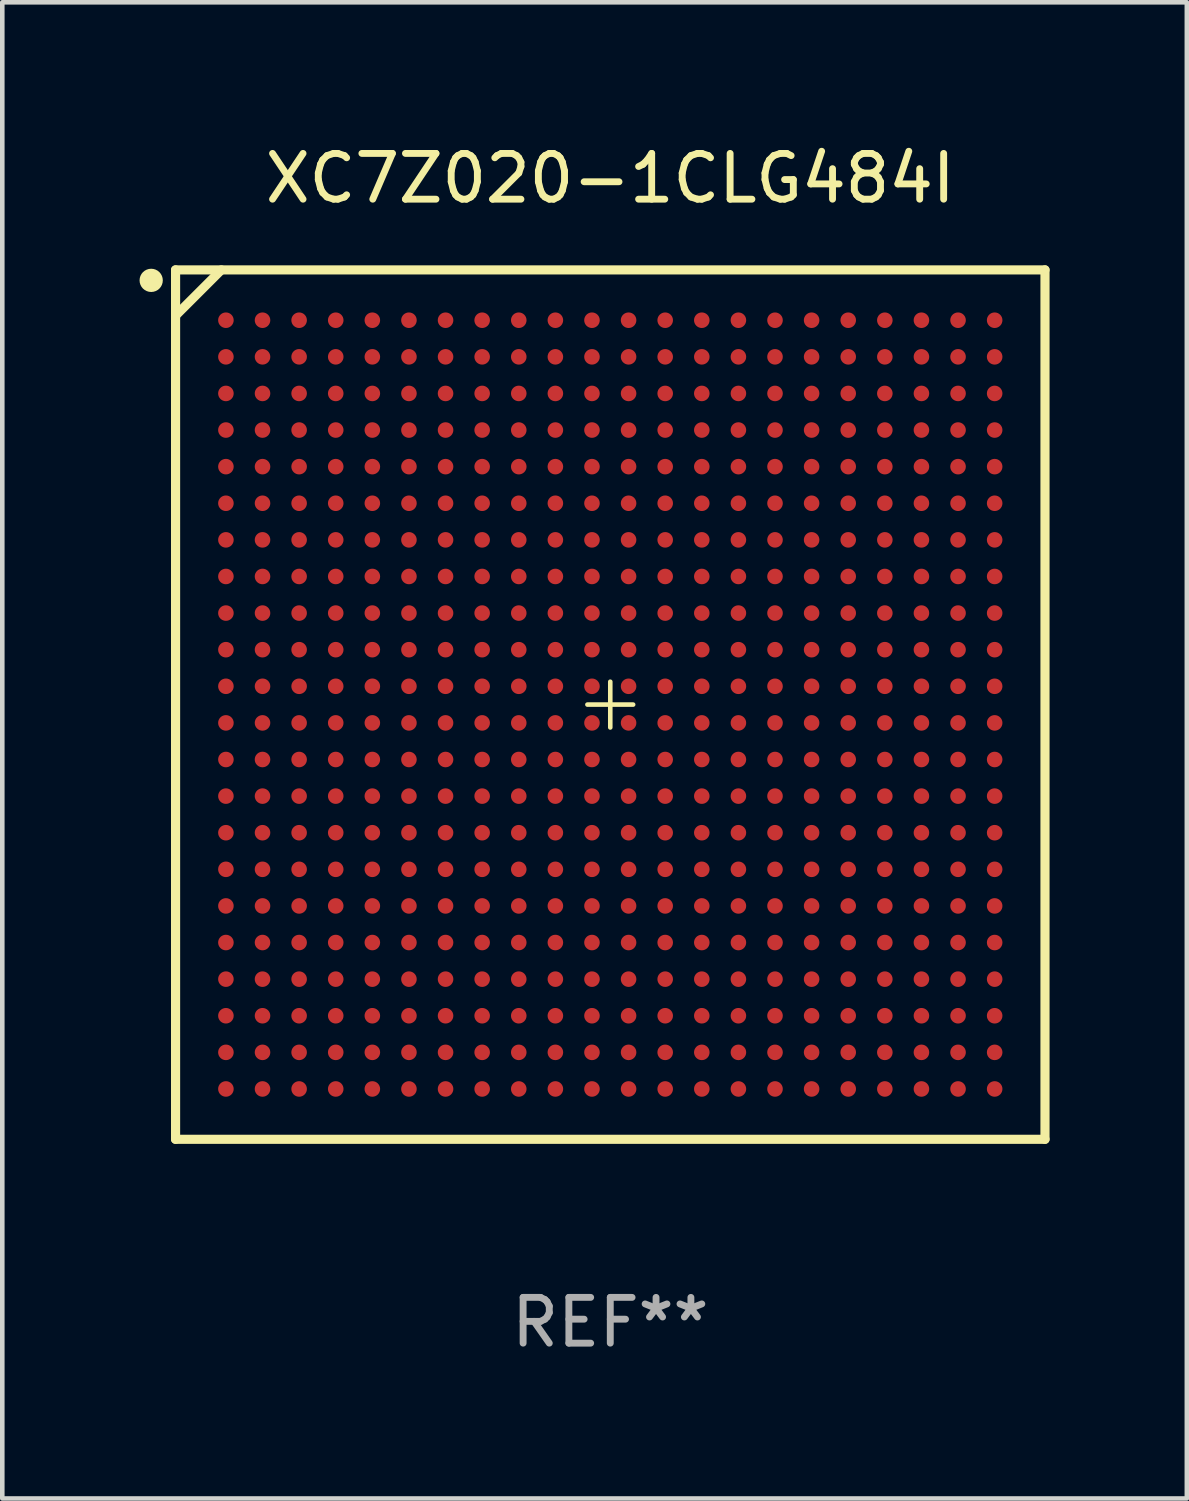
<source format=kicad_pcb>
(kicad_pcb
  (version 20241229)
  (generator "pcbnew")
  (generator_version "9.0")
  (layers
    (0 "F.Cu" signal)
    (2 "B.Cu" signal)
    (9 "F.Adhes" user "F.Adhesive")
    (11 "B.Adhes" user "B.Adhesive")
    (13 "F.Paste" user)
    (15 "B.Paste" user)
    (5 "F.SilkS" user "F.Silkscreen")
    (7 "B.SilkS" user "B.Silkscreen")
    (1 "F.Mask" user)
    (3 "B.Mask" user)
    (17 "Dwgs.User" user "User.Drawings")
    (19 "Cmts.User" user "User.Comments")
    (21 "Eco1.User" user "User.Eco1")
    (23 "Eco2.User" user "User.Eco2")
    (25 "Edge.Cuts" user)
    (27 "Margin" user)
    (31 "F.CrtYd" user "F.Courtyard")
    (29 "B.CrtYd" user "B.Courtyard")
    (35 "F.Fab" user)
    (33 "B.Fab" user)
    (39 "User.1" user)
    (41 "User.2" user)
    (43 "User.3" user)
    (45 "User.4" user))
  (footprint "XC7Z020-1CLG484I"
    (layer "F.Cu")
    (at 10.287 12.348)
    (property "Reference" "XC7Z020-1CLG484I" (at 0 -11.5 0) (layer "F.SilkS") (effects (font (size 1 1) (thickness 0.15))))
    (attr through_hole)
    (fp_line (start -9.5 -9.5) (end -9.5 9.5) (stroke (width 0.1) (type solid)) (layer "F.SilkS"))
    (fp_line (start -9.5 -9.5) (end -9.5 9.5) (stroke (width 0.2) (type solid)) (layer "F.SilkS"))
    (fp_line (start -9.5 -8.5) (end -8.5 -9.5) (stroke (width 0.2) (type solid)) (layer "F.SilkS"))
    (fp_line (start -9.5 9.5) (end 9.5 9.5) (stroke (width 0.1) (type solid)) (layer "F.SilkS"))
    (fp_line (start -9.5 9.5) (end 9.5 9.5) (stroke (width 0.2) (type solid)) (layer "F.SilkS"))
    (fp_line (start -0.5 -0.000127) (end 0.5 -0.000127) (stroke (width 0.1) (type solid)) (layer "F.SilkS"))
    (fp_line (start -0.000127 0.5) (end -0.000127 -0.5) (stroke (width 0.1) (type solid)) (layer "F.SilkS"))
    (fp_line (start 9.5 -9.5) (end -9.5 -9.5) (stroke (width 0.1) (type solid)) (layer "F.SilkS"))
    (fp_line (start 9.5 -9.5) (end -9.5 -9.5) (stroke (width 0.2) (type solid)) (layer "F.SilkS"))
    (fp_line (start 9.5 9.5) (end 9.5 -9.5) (stroke (width 0.1) (type solid)) (layer "F.SilkS"))
    (fp_line (start 9.5 9.5) (end 9.5 -9.5) (stroke (width 0.2) (type solid)) (layer "F.SilkS"))
    (fp_circle (center -10.033 -9.271) (end -9.906 -9.271) (stroke (width 0.254) (type solid)) (fill no) (layer "F.SilkS"))
    (fp_circle (center -9.5 -9.5) (end -9.47 -9.5) (stroke (width 0.06) (type solid)) (fill no) (layer "F.SilkS"))
    (fp_text user "REF**" (at 0 13.5 0) (layer "F.Fab") (effects (font (size 1 1) (thickness 0.15))))
    (pad "A1" smd circle (at -8.4 -8.4) (size 0.34 0.34) (layers "F.Cu" "F.Mask" "F.Paste"))
    (pad "A2" smd circle (at -7.6 -8.4) (size 0.34 0.34) (layers "F.Cu" "F.Mask" "F.Paste"))
    (pad "A3" smd circle (at -6.8 -8.4) (size 0.34 0.34) (layers "F.Cu" "F.Mask" "F.Paste"))
    (pad "A4" smd circle (at -6 -8.4) (size 0.34 0.34) (layers "F.Cu" "F.Mask" "F.Paste"))
    (pad "A5" smd circle (at -5.2 -8.4) (size 0.34 0.34) (layers "F.Cu" "F.Mask" "F.Paste"))
    (pad "A6" smd circle (at -4.4 -8.4) (size 0.34 0.34) (layers "F.Cu" "F.Mask" "F.Paste"))
    (pad "A7" smd circle (at -3.6 -8.4) (size 0.34 0.34) (layers "F.Cu" "F.Mask" "F.Paste"))
    (pad "A8" smd circle (at -2.8 -8.4) (size 0.34 0.34) (layers "F.Cu" "F.Mask" "F.Paste"))
    (pad "A9" smd circle (at -2 -8.4) (size 0.34 0.34) (layers "F.Cu" "F.Mask" "F.Paste"))
    (pad "A10" smd circle (at -1.2 -8.4) (size 0.34 0.34) (layers "F.Cu" "F.Mask" "F.Paste"))
    (pad "A11" smd circle (at -0.4 -8.4) (size 0.34 0.34) (layers "F.Cu" "F.Mask" "F.Paste"))
    (pad "A12" smd circle (at 0.4 -8.4) (size 0.34 0.34) (layers "F.Cu" "F.Mask" "F.Paste"))
    (pad "A13" smd circle (at 1.2 -8.4) (size 0.34 0.34) (layers "F.Cu" "F.Mask" "F.Paste"))
    (pad "A14" smd circle (at 2 -8.4) (size 0.34 0.34) (layers "F.Cu" "F.Mask" "F.Paste"))
    (pad "A15" smd circle (at 2.8 -8.4) (size 0.34 0.34) (layers "F.Cu" "F.Mask" "F.Paste"))
    (pad "A16" smd circle (at 3.6 -8.4) (size 0.34 0.34) (layers "F.Cu" "F.Mask" "F.Paste"))
    (pad "A17" smd circle (at 4.4 -8.4) (size 0.34 0.34) (layers "F.Cu" "F.Mask" "F.Paste"))
    (pad "A18" smd circle (at 5.2 -8.4) (size 0.34 0.34) (layers "F.Cu" "F.Mask" "F.Paste"))
    (pad "A19" smd circle (at 6 -8.4) (size 0.34 0.34) (layers "F.Cu" "F.Mask" "F.Paste"))
    (pad "A20" smd circle (at 6.8 -8.4) (size 0.34 0.34) (layers "F.Cu" "F.Mask" "F.Paste"))
    (pad "A21" smd circle (at 7.6 -8.4) (size 0.34 0.34) (layers "F.Cu" "F.Mask" "F.Paste"))
    (pad "A22" smd circle (at 8.4 -8.4) (size 0.34 0.34) (layers "F.Cu" "F.Mask" "F.Paste"))
    (pad "AA1" smd circle (at -8.4 7.6) (size 0.34 0.34) (layers "F.Cu" "F.Mask" "F.Paste"))
    (pad "AA2" smd circle (at -7.6 7.6) (size 0.34 0.34) (layers "F.Cu" "F.Mask" "F.Paste"))
    (pad "AA3" smd circle (at -6.8 7.6) (size 0.34 0.34) (layers "F.Cu" "F.Mask" "F.Paste"))
    (pad "AA4" smd circle (at -6 7.6) (size 0.34 0.34) (layers "F.Cu" "F.Mask" "F.Paste"))
    (pad "AA5" smd circle (at -5.2 7.6) (size 0.34 0.34) (layers "F.Cu" "F.Mask" "F.Paste"))
    (pad "AA6" smd circle (at -4.4 7.6) (size 0.34 0.34) (layers "F.Cu" "F.Mask" "F.Paste"))
    (pad "AA7" smd circle (at -3.6 7.6) (size 0.34 0.34) (layers "F.Cu" "F.Mask" "F.Paste"))
    (pad "AA8" smd circle (at -2.8 7.6) (size 0.34 0.34) (layers "F.Cu" "F.Mask" "F.Paste"))
    (pad "AA9" smd circle (at -2 7.6) (size 0.34 0.34) (layers "F.Cu" "F.Mask" "F.Paste"))
    (pad "AA10" smd circle (at -1.2 7.6) (size 0.34 0.34) (layers "F.Cu" "F.Mask" "F.Paste"))
    (pad "AA11" smd circle (at -0.4 7.6) (size 0.34 0.34) (layers "F.Cu" "F.Mask" "F.Paste"))
    (pad "AA12" smd circle (at 0.4 7.6) (size 0.34 0.34) (layers "F.Cu" "F.Mask" "F.Paste"))
    (pad "AA13" smd circle (at 1.2 7.6) (size 0.34 0.34) (layers "F.Cu" "F.Mask" "F.Paste"))
    (pad "AA14" smd circle (at 2 7.6) (size 0.34 0.34) (layers "F.Cu" "F.Mask" "F.Paste"))
    (pad "AA15" smd circle (at 2.8 7.6) (size 0.34 0.34) (layers "F.Cu" "F.Mask" "F.Paste"))
    (pad "AA16" smd circle (at 3.6 7.6) (size 0.34 0.34) (layers "F.Cu" "F.Mask" "F.Paste"))
    (pad "AA17" smd circle (at 4.4 7.6) (size 0.34 0.34) (layers "F.Cu" "F.Mask" "F.Paste"))
    (pad "AA18" smd circle (at 5.2 7.6) (size 0.34 0.34) (layers "F.Cu" "F.Mask" "F.Paste"))
    (pad "AA19" smd circle (at 6 7.6) (size 0.34 0.34) (layers "F.Cu" "F.Mask" "F.Paste"))
    (pad "AA20" smd circle (at 6.8 7.6) (size 0.34 0.34) (layers "F.Cu" "F.Mask" "F.Paste"))
    (pad "AA21" smd circle (at 7.6 7.6) (size 0.34 0.34) (layers "F.Cu" "F.Mask" "F.Paste"))
    (pad "AA22" smd circle (at 8.4 7.6) (size 0.34 0.34) (layers "F.Cu" "F.Mask" "F.Paste"))
    (pad "AB1" smd circle (at -8.4 8.4) (size 0.34 0.34) (layers "F.Cu" "F.Mask" "F.Paste"))
    (pad "AB2" smd circle (at -7.6 8.4) (size 0.34 0.34) (layers "F.Cu" "F.Mask" "F.Paste"))
    (pad "AB3" smd circle (at -6.8 8.4) (size 0.34 0.34) (layers "F.Cu" "F.Mask" "F.Paste"))
    (pad "AB4" smd circle (at -6 8.4) (size 0.34 0.34) (layers "F.Cu" "F.Mask" "F.Paste"))
    (pad "AB5" smd circle (at -5.2 8.4) (size 0.34 0.34) (layers "F.Cu" "F.Mask" "F.Paste"))
    (pad "AB6" smd circle (at -4.4 8.4) (size 0.34 0.34) (layers "F.Cu" "F.Mask" "F.Paste"))
    (pad "AB7" smd circle (at -3.6 8.4) (size 0.34 0.34) (layers "F.Cu" "F.Mask" "F.Paste"))
    (pad "AB8" smd circle (at -2.8 8.4) (size 0.34 0.34) (layers "F.Cu" "F.Mask" "F.Paste"))
    (pad "AB9" smd circle (at -2 8.4) (size 0.34 0.34) (layers "F.Cu" "F.Mask" "F.Paste"))
    (pad "AB10" smd circle (at -1.2 8.4) (size 0.34 0.34) (layers "F.Cu" "F.Mask" "F.Paste"))
    (pad "AB11" smd circle (at -0.4 8.4) (size 0.34 0.34) (layers "F.Cu" "F.Mask" "F.Paste"))
    (pad "AB12" smd circle (at 0.4 8.4) (size 0.34 0.34) (layers "F.Cu" "F.Mask" "F.Paste"))
    (pad "AB13" smd circle (at 1.2 8.4) (size 0.34 0.34) (layers "F.Cu" "F.Mask" "F.Paste"))
    (pad "AB14" smd circle (at 2 8.4) (size 0.34 0.34) (layers "F.Cu" "F.Mask" "F.Paste"))
    (pad "AB15" smd circle (at 2.8 8.4) (size 0.34 0.34) (layers "F.Cu" "F.Mask" "F.Paste"))
    (pad "AB16" smd circle (at 3.6 8.4) (size 0.34 0.34) (layers "F.Cu" "F.Mask" "F.Paste"))
    (pad "AB17" smd circle (at 4.4 8.4) (size 0.34 0.34) (layers "F.Cu" "F.Mask" "F.Paste"))
    (pad "AB18" smd circle (at 5.2 8.4) (size 0.34 0.34) (layers "F.Cu" "F.Mask" "F.Paste"))
    (pad "AB19" smd circle (at 6 8.4) (size 0.34 0.34) (layers "F.Cu" "F.Mask" "F.Paste"))
    (pad "AB20" smd circle (at 6.8 8.4) (size 0.34 0.34) (layers "F.Cu" "F.Mask" "F.Paste"))
    (pad "AB21" smd circle (at 7.6 8.4) (size 0.34 0.34) (layers "F.Cu" "F.Mask" "F.Paste"))
    (pad "AB22" smd circle (at 8.4 8.4) (size 0.34 0.34) (layers "F.Cu" "F.Mask" "F.Paste"))
    (pad "B1" smd circle (at -8.4 -7.6) (size 0.34 0.34) (layers "F.Cu" "F.Mask" "F.Paste"))
    (pad "B2" smd circle (at -7.6 -7.6) (size 0.34 0.34) (layers "F.Cu" "F.Mask" "F.Paste"))
    (pad "B3" smd circle (at -6.8 -7.6) (size 0.34 0.34) (layers "F.Cu" "F.Mask" "F.Paste"))
    (pad "B4" smd circle (at -6 -7.6) (size 0.34 0.34) (layers "F.Cu" "F.Mask" "F.Paste"))
    (pad "B5" smd circle (at -5.2 -7.6) (size 0.34 0.34) (layers "F.Cu" "F.Mask" "F.Paste"))
    (pad "B6" smd circle (at -4.4 -7.6) (size 0.34 0.34) (layers "F.Cu" "F.Mask" "F.Paste"))
    (pad "B7" smd circle (at -3.6 -7.6) (size 0.34 0.34) (layers "F.Cu" "F.Mask" "F.Paste"))
    (pad "B8" smd circle (at -2.8 -7.6) (size 0.34 0.34) (layers "F.Cu" "F.Mask" "F.Paste"))
    (pad "B9" smd circle (at -2 -7.6) (size 0.34 0.34) (layers "F.Cu" "F.Mask" "F.Paste"))
    (pad "B10" smd circle (at -1.2 -7.6) (size 0.34 0.34) (layers "F.Cu" "F.Mask" "F.Paste"))
    (pad "B11" smd circle (at -0.4 -7.6) (size 0.34 0.34) (layers "F.Cu" "F.Mask" "F.Paste"))
    (pad "B12" smd circle (at 0.4 -7.6) (size 0.34 0.34) (layers "F.Cu" "F.Mask" "F.Paste"))
    (pad "B13" smd circle (at 1.2 -7.6) (size 0.34 0.34) (layers "F.Cu" "F.Mask" "F.Paste"))
    (pad "B14" smd circle (at 2 -7.6) (size 0.34 0.34) (layers "F.Cu" "F.Mask" "F.Paste"))
    (pad "B15" smd circle (at 2.8 -7.6) (size 0.34 0.34) (layers "F.Cu" "F.Mask" "F.Paste"))
    (pad "B16" smd circle (at 3.6 -7.6) (size 0.34 0.34) (layers "F.Cu" "F.Mask" "F.Paste"))
    (pad "B17" smd circle (at 4.4 -7.6) (size 0.34 0.34) (layers "F.Cu" "F.Mask" "F.Paste"))
    (pad "B18" smd circle (at 5.2 -7.6) (size 0.34 0.34) (layers "F.Cu" "F.Mask" "F.Paste"))
    (pad "B19" smd circle (at 6 -7.6) (size 0.34 0.34) (layers "F.Cu" "F.Mask" "F.Paste"))
    (pad "B20" smd circle (at 6.8 -7.6) (size 0.34 0.34) (layers "F.Cu" "F.Mask" "F.Paste"))
    (pad "B21" smd circle (at 7.6 -7.6) (size 0.34 0.34) (layers "F.Cu" "F.Mask" "F.Paste"))
    (pad "B22" smd circle (at 8.4 -7.6) (size 0.34 0.34) (layers "F.Cu" "F.Mask" "F.Paste"))
    (pad "C1" smd circle (at -8.4 -6.8) (size 0.34 0.34) (layers "F.Cu" "F.Mask" "F.Paste"))
    (pad "C2" smd circle (at -7.6 -6.8) (size 0.34 0.34) (layers "F.Cu" "F.Mask" "F.Paste"))
    (pad "C3" smd circle (at -6.8 -6.8) (size 0.34 0.34) (layers "F.Cu" "F.Mask" "F.Paste"))
    (pad "C4" smd circle (at -6 -6.8) (size 0.34 0.34) (layers "F.Cu" "F.Mask" "F.Paste"))
    (pad "C5" smd circle (at -5.2 -6.8) (size 0.34 0.34) (layers "F.Cu" "F.Mask" "F.Paste"))
    (pad "C6" smd circle (at -4.4 -6.8) (size 0.34 0.34) (layers "F.Cu" "F.Mask" "F.Paste"))
    (pad "C7" smd circle (at -3.6 -6.8) (size 0.34 0.34) (layers "F.Cu" "F.Mask" "F.Paste"))
    (pad "C8" smd circle (at -2.8 -6.8) (size 0.34 0.34) (layers "F.Cu" "F.Mask" "F.Paste"))
    (pad "C9" smd circle (at -2 -6.8) (size 0.34 0.34) (layers "F.Cu" "F.Mask" "F.Paste"))
    (pad "C10" smd circle (at -1.2 -6.8) (size 0.34 0.34) (layers "F.Cu" "F.Mask" "F.Paste"))
    (pad "C11" smd circle (at -0.4 -6.8) (size 0.34 0.34) (layers "F.Cu" "F.Mask" "F.Paste"))
    (pad "C12" smd circle (at 0.4 -6.8) (size 0.34 0.34) (layers "F.Cu" "F.Mask" "F.Paste"))
    (pad "C13" smd circle (at 1.2 -6.8) (size 0.34 0.34) (layers "F.Cu" "F.Mask" "F.Paste"))
    (pad "C14" smd circle (at 2 -6.8) (size 0.34 0.34) (layers "F.Cu" "F.Mask" "F.Paste"))
    (pad "C15" smd circle (at 2.8 -6.8) (size 0.34 0.34) (layers "F.Cu" "F.Mask" "F.Paste"))
    (pad "C16" smd circle (at 3.6 -6.8) (size 0.34 0.34) (layers "F.Cu" "F.Mask" "F.Paste"))
    (pad "C17" smd circle (at 4.4 -6.8) (size 0.34 0.34) (layers "F.Cu" "F.Mask" "F.Paste"))
    (pad "C18" smd circle (at 5.2 -6.8) (size 0.34 0.34) (layers "F.Cu" "F.Mask" "F.Paste"))
    (pad "C19" smd circle (at 6 -6.8) (size 0.34 0.34) (layers "F.Cu" "F.Mask" "F.Paste"))
    (pad "C20" smd circle (at 6.8 -6.8) (size 0.34 0.34) (layers "F.Cu" "F.Mask" "F.Paste"))
    (pad "C21" smd circle (at 7.6 -6.8) (size 0.34 0.34) (layers "F.Cu" "F.Mask" "F.Paste"))
    (pad "C22" smd circle (at 8.4 -6.8) (size 0.34 0.34) (layers "F.Cu" "F.Mask" "F.Paste"))
    (pad "D1" smd circle (at -8.4 -6) (size 0.34 0.34) (layers "F.Cu" "F.Mask" "F.Paste"))
    (pad "D2" smd circle (at -7.6 -6) (size 0.34 0.34) (layers "F.Cu" "F.Mask" "F.Paste"))
    (pad "D3" smd circle (at -6.8 -6) (size 0.34 0.34) (layers "F.Cu" "F.Mask" "F.Paste"))
    (pad "D4" smd circle (at -6 -6) (size 0.34 0.34) (layers "F.Cu" "F.Mask" "F.Paste"))
    (pad "D5" smd circle (at -5.2 -6) (size 0.34 0.34) (layers "F.Cu" "F.Mask" "F.Paste"))
    (pad "D6" smd circle (at -4.4 -6) (size 0.34 0.34) (layers "F.Cu" "F.Mask" "F.Paste"))
    (pad "D7" smd circle (at -3.6 -6) (size 0.34 0.34) (layers "F.Cu" "F.Mask" "F.Paste"))
    (pad "D8" smd circle (at -2.8 -6) (size 0.34 0.34) (layers "F.Cu" "F.Mask" "F.Paste"))
    (pad "D9" smd circle (at -2 -6) (size 0.34 0.34) (layers "F.Cu" "F.Mask" "F.Paste"))
    (pad "D10" smd circle (at -1.2 -6) (size 0.34 0.34) (layers "F.Cu" "F.Mask" "F.Paste"))
    (pad "D11" smd circle (at -0.4 -6) (size 0.34 0.34) (layers "F.Cu" "F.Mask" "F.Paste"))
    (pad "D12" smd circle (at 0.4 -6) (size 0.34 0.34) (layers "F.Cu" "F.Mask" "F.Paste"))
    (pad "D13" smd circle (at 1.2 -6) (size 0.34 0.34) (layers "F.Cu" "F.Mask" "F.Paste"))
    (pad "D14" smd circle (at 2 -6) (size 0.34 0.34) (layers "F.Cu" "F.Mask" "F.Paste"))
    (pad "D15" smd circle (at 2.8 -6) (size 0.34 0.34) (layers "F.Cu" "F.Mask" "F.Paste"))
    (pad "D16" smd circle (at 3.6 -6) (size 0.34 0.34) (layers "F.Cu" "F.Mask" "F.Paste"))
    (pad "D17" smd circle (at 4.4 -6) (size 0.34 0.34) (layers "F.Cu" "F.Mask" "F.Paste"))
    (pad "D18" smd circle (at 5.2 -6) (size 0.34 0.34) (layers "F.Cu" "F.Mask" "F.Paste"))
    (pad "D19" smd circle (at 6 -6) (size 0.34 0.34) (layers "F.Cu" "F.Mask" "F.Paste"))
    (pad "D20" smd circle (at 6.8 -6) (size 0.34 0.34) (layers "F.Cu" "F.Mask" "F.Paste"))
    (pad "D21" smd circle (at 7.6 -6) (size 0.34 0.34) (layers "F.Cu" "F.Mask" "F.Paste"))
    (pad "D22" smd circle (at 8.4 -6) (size 0.34 0.34) (layers "F.Cu" "F.Mask" "F.Paste"))
    (pad "E1" smd circle (at -8.4 -5.2) (size 0.34 0.34) (layers "F.Cu" "F.Mask" "F.Paste"))
    (pad "E2" smd circle (at -7.6 -5.2) (size 0.34 0.34) (layers "F.Cu" "F.Mask" "F.Paste"))
    (pad "E3" smd circle (at -6.8 -5.2) (size 0.34 0.34) (layers "F.Cu" "F.Mask" "F.Paste"))
    (pad "E4" smd circle (at -6 -5.2) (size 0.34 0.34) (layers "F.Cu" "F.Mask" "F.Paste"))
    (pad "E5" smd circle (at -5.2 -5.2) (size 0.34 0.34) (layers "F.Cu" "F.Mask" "F.Paste"))
    (pad "E6" smd circle (at -4.4 -5.2) (size 0.34 0.34) (layers "F.Cu" "F.Mask" "F.Paste"))
    (pad "E7" smd circle (at -3.6 -5.2) (size 0.34 0.34) (layers "F.Cu" "F.Mask" "F.Paste"))
    (pad "E8" smd circle (at -2.8 -5.2) (size 0.34 0.34) (layers "F.Cu" "F.Mask" "F.Paste"))
    (pad "E9" smd circle (at -2 -5.2) (size 0.34 0.34) (layers "F.Cu" "F.Mask" "F.Paste"))
    (pad "E10" smd circle (at -1.2 -5.2) (size 0.34 0.34) (layers "F.Cu" "F.Mask" "F.Paste"))
    (pad "E11" smd circle (at -0.4 -5.2) (size 0.34 0.34) (layers "F.Cu" "F.Mask" "F.Paste"))
    (pad "E12" smd circle (at 0.4 -5.2) (size 0.34 0.34) (layers "F.Cu" "F.Mask" "F.Paste"))
    (pad "E13" smd circle (at 1.2 -5.2) (size 0.34 0.34) (layers "F.Cu" "F.Mask" "F.Paste"))
    (pad "E14" smd circle (at 2 -5.2) (size 0.34 0.34) (layers "F.Cu" "F.Mask" "F.Paste"))
    (pad "E15" smd circle (at 2.8 -5.2) (size 0.34 0.34) (layers "F.Cu" "F.Mask" "F.Paste"))
    (pad "E16" smd circle (at 3.6 -5.2) (size 0.34 0.34) (layers "F.Cu" "F.Mask" "F.Paste"))
    (pad "E17" smd circle (at 4.4 -5.2) (size 0.34 0.34) (layers "F.Cu" "F.Mask" "F.Paste"))
    (pad "E18" smd circle (at 5.2 -5.2) (size 0.34 0.34) (layers "F.Cu" "F.Mask" "F.Paste"))
    (pad "E19" smd circle (at 6 -5.2) (size 0.34 0.34) (layers "F.Cu" "F.Mask" "F.Paste"))
    (pad "E20" smd circle (at 6.8 -5.2) (size 0.34 0.34) (layers "F.Cu" "F.Mask" "F.Paste"))
    (pad "E21" smd circle (at 7.6 -5.2) (size 0.34 0.34) (layers "F.Cu" "F.Mask" "F.Paste"))
    (pad "E22" smd circle (at 8.4 -5.2) (size 0.34 0.34) (layers "F.Cu" "F.Mask" "F.Paste"))
    (pad "F1" smd circle (at -8.4 -4.4) (size 0.34 0.34) (layers "F.Cu" "F.Mask" "F.Paste"))
    (pad "F2" smd circle (at -7.6 -4.4) (size 0.34 0.34) (layers "F.Cu" "F.Mask" "F.Paste"))
    (pad "F3" smd circle (at -6.8 -4.4) (size 0.34 0.34) (layers "F.Cu" "F.Mask" "F.Paste"))
    (pad "F4" smd circle (at -6 -4.4) (size 0.34 0.34) (layers "F.Cu" "F.Mask" "F.Paste"))
    (pad "F5" smd circle (at -5.2 -4.4) (size 0.34 0.34) (layers "F.Cu" "F.Mask" "F.Paste"))
    (pad "F6" smd circle (at -4.4 -4.4) (size 0.34 0.34) (layers "F.Cu" "F.Mask" "F.Paste"))
    (pad "F7" smd circle (at -3.6 -4.4) (size 0.34 0.34) (layers "F.Cu" "F.Mask" "F.Paste"))
    (pad "F8" smd circle (at -2.8 -4.4) (size 0.34 0.34) (layers "F.Cu" "F.Mask" "F.Paste"))
    (pad "F9" smd circle (at -2 -4.4) (size 0.34 0.34) (layers "F.Cu" "F.Mask" "F.Paste"))
    (pad "F10" smd circle (at -1.2 -4.4) (size 0.34 0.34) (layers "F.Cu" "F.Mask" "F.Paste"))
    (pad "F11" smd circle (at -0.4 -4.4) (size 0.34 0.34) (layers "F.Cu" "F.Mask" "F.Paste"))
    (pad "F12" smd circle (at 0.4 -4.4) (size 0.34 0.34) (layers "F.Cu" "F.Mask" "F.Paste"))
    (pad "F13" smd circle (at 1.2 -4.4) (size 0.34 0.34) (layers "F.Cu" "F.Mask" "F.Paste"))
    (pad "F14" smd circle (at 2 -4.4) (size 0.34 0.34) (layers "F.Cu" "F.Mask" "F.Paste"))
    (pad "F15" smd circle (at 2.8 -4.4) (size 0.34 0.34) (layers "F.Cu" "F.Mask" "F.Paste"))
    (pad "F16" smd circle (at 3.6 -4.4) (size 0.34 0.34) (layers "F.Cu" "F.Mask" "F.Paste"))
    (pad "F17" smd circle (at 4.4 -4.4) (size 0.34 0.34) (layers "F.Cu" "F.Mask" "F.Paste"))
    (pad "F18" smd circle (at 5.2 -4.4) (size 0.34 0.34) (layers "F.Cu" "F.Mask" "F.Paste"))
    (pad "F19" smd circle (at 6 -4.4) (size 0.34 0.34) (layers "F.Cu" "F.Mask" "F.Paste"))
    (pad "F20" smd circle (at 6.8 -4.4) (size 0.34 0.34) (layers "F.Cu" "F.Mask" "F.Paste"))
    (pad "F21" smd circle (at 7.6 -4.4) (size 0.34 0.34) (layers "F.Cu" "F.Mask" "F.Paste"))
    (pad "F22" smd circle (at 8.4 -4.4) (size 0.34 0.34) (layers "F.Cu" "F.Mask" "F.Paste"))
    (pad "G1" smd circle (at -8.4 -3.6) (size 0.34 0.34) (layers "F.Cu" "F.Mask" "F.Paste"))
    (pad "G2" smd circle (at -7.6 -3.6) (size 0.34 0.34) (layers "F.Cu" "F.Mask" "F.Paste"))
    (pad "G3" smd circle (at -6.8 -3.6) (size 0.34 0.34) (layers "F.Cu" "F.Mask" "F.Paste"))
    (pad "G4" smd circle (at -6 -3.6) (size 0.34 0.34) (layers "F.Cu" "F.Mask" "F.Paste"))
    (pad "G5" smd circle (at -5.2 -3.6) (size 0.34 0.34) (layers "F.Cu" "F.Mask" "F.Paste"))
    (pad "G6" smd circle (at -4.4 -3.6) (size 0.34 0.34) (layers "F.Cu" "F.Mask" "F.Paste"))
    (pad "G7" smd circle (at -3.6 -3.6) (size 0.34 0.34) (layers "F.Cu" "F.Mask" "F.Paste"))
    (pad "G8" smd circle (at -2.8 -3.6) (size 0.34 0.34) (layers "F.Cu" "F.Mask" "F.Paste"))
    (pad "G9" smd circle (at -2 -3.6) (size 0.34 0.34) (layers "F.Cu" "F.Mask" "F.Paste"))
    (pad "G10" smd circle (at -1.2 -3.6) (size 0.34 0.34) (layers "F.Cu" "F.Mask" "F.Paste"))
    (pad "G11" smd circle (at -0.4 -3.6) (size 0.34 0.34) (layers "F.Cu" "F.Mask" "F.Paste"))
    (pad "G12" smd circle (at 0.4 -3.6) (size 0.34 0.34) (layers "F.Cu" "F.Mask" "F.Paste"))
    (pad "G13" smd circle (at 1.2 -3.6) (size 0.34 0.34) (layers "F.Cu" "F.Mask" "F.Paste"))
    (pad "G14" smd circle (at 2 -3.6) (size 0.34 0.34) (layers "F.Cu" "F.Mask" "F.Paste"))
    (pad "G15" smd circle (at 2.8 -3.6) (size 0.34 0.34) (layers "F.Cu" "F.Mask" "F.Paste"))
    (pad "G16" smd circle (at 3.6 -3.6) (size 0.34 0.34) (layers "F.Cu" "F.Mask" "F.Paste"))
    (pad "G17" smd circle (at 4.4 -3.6) (size 0.34 0.34) (layers "F.Cu" "F.Mask" "F.Paste"))
    (pad "G18" smd circle (at 5.2 -3.6) (size 0.34 0.34) (layers "F.Cu" "F.Mask" "F.Paste"))
    (pad "G19" smd circle (at 6 -3.6) (size 0.34 0.34) (layers "F.Cu" "F.Mask" "F.Paste"))
    (pad "G20" smd circle (at 6.8 -3.6) (size 0.34 0.34) (layers "F.Cu" "F.Mask" "F.Paste"))
    (pad "G21" smd circle (at 7.6 -3.6) (size 0.34 0.34) (layers "F.Cu" "F.Mask" "F.Paste"))
    (pad "G22" smd circle (at 8.4 -3.6) (size 0.34 0.34) (layers "F.Cu" "F.Mask" "F.Paste"))
    (pad "H1" smd circle (at -8.4 -2.8) (size 0.34 0.34) (layers "F.Cu" "F.Mask" "F.Paste"))
    (pad "H2" smd circle (at -7.6 -2.8) (size 0.34 0.34) (layers "F.Cu" "F.Mask" "F.Paste"))
    (pad "H3" smd circle (at -6.8 -2.8) (size 0.34 0.34) (layers "F.Cu" "F.Mask" "F.Paste"))
    (pad "H4" smd circle (at -6 -2.8) (size 0.34 0.34) (layers "F.Cu" "F.Mask" "F.Paste"))
    (pad "H5" smd circle (at -5.2 -2.8) (size 0.34 0.34) (layers "F.Cu" "F.Mask" "F.Paste"))
    (pad "H6" smd circle (at -4.4 -2.8) (size 0.34 0.34) (layers "F.Cu" "F.Mask" "F.Paste"))
    (pad "H7" smd circle (at -3.6 -2.8) (size 0.34 0.34) (layers "F.Cu" "F.Mask" "F.Paste"))
    (pad "H8" smd circle (at -2.8 -2.8) (size 0.34 0.34) (layers "F.Cu" "F.Mask" "F.Paste"))
    (pad "H9" smd circle (at -2 -2.8) (size 0.34 0.34) (layers "F.Cu" "F.Mask" "F.Paste"))
    (pad "H10" smd circle (at -1.2 -2.8) (size 0.34 0.34) (layers "F.Cu" "F.Mask" "F.Paste"))
    (pad "H11" smd circle (at -0.4 -2.8) (size 0.34 0.34) (layers "F.Cu" "F.Mask" "F.Paste"))
    (pad "H12" smd circle (at 0.4 -2.8) (size 0.34 0.34) (layers "F.Cu" "F.Mask" "F.Paste"))
    (pad "H13" smd circle (at 1.2 -2.8) (size 0.34 0.34) (layers "F.Cu" "F.Mask" "F.Paste"))
    (pad "H14" smd circle (at 2 -2.8) (size 0.34 0.34) (layers "F.Cu" "F.Mask" "F.Paste"))
    (pad "H15" smd circle (at 2.8 -2.8) (size 0.34 0.34) (layers "F.Cu" "F.Mask" "F.Paste"))
    (pad "H16" smd circle (at 3.6 -2.8) (size 0.34 0.34) (layers "F.Cu" "F.Mask" "F.Paste"))
    (pad "H17" smd circle (at 4.4 -2.8) (size 0.34 0.34) (layers "F.Cu" "F.Mask" "F.Paste"))
    (pad "H18" smd circle (at 5.2 -2.8) (size 0.34 0.34) (layers "F.Cu" "F.Mask" "F.Paste"))
    (pad "H19" smd circle (at 6 -2.8) (size 0.34 0.34) (layers "F.Cu" "F.Mask" "F.Paste"))
    (pad "H20" smd circle (at 6.8 -2.8) (size 0.34 0.34) (layers "F.Cu" "F.Mask" "F.Paste"))
    (pad "H21" smd circle (at 7.6 -2.8) (size 0.34 0.34) (layers "F.Cu" "F.Mask" "F.Paste"))
    (pad "H22" smd circle (at 8.4 -2.8) (size 0.34 0.34) (layers "F.Cu" "F.Mask" "F.Paste"))
    (pad "J1" smd circle (at -8.4 -2) (size 0.34 0.34) (layers "F.Cu" "F.Mask" "F.Paste"))
    (pad "J2" smd circle (at -7.6 -2) (size 0.34 0.34) (layers "F.Cu" "F.Mask" "F.Paste"))
    (pad "J3" smd circle (at -6.8 -2) (size 0.34 0.34) (layers "F.Cu" "F.Mask" "F.Paste"))
    (pad "J4" smd circle (at -6 -2) (size 0.34 0.34) (layers "F.Cu" "F.Mask" "F.Paste"))
    (pad "J5" smd circle (at -5.2 -2) (size 0.34 0.34) (layers "F.Cu" "F.Mask" "F.Paste"))
    (pad "J6" smd circle (at -4.4 -2) (size 0.34 0.34) (layers "F.Cu" "F.Mask" "F.Paste"))
    (pad "J7" smd circle (at -3.6 -2) (size 0.34 0.34) (layers "F.Cu" "F.Mask" "F.Paste"))
    (pad "J8" smd circle (at -2.8 -2) (size 0.34 0.34) (layers "F.Cu" "F.Mask" "F.Paste"))
    (pad "J9" smd circle (at -2 -2) (size 0.34 0.34) (layers "F.Cu" "F.Mask" "F.Paste"))
    (pad "J10" smd circle (at -1.2 -2) (size 0.34 0.34) (layers "F.Cu" "F.Mask" "F.Paste"))
    (pad "J11" smd circle (at -0.4 -2) (size 0.34 0.34) (layers "F.Cu" "F.Mask" "F.Paste"))
    (pad "J12" smd circle (at 0.4 -2) (size 0.34 0.34) (layers "F.Cu" "F.Mask" "F.Paste"))
    (pad "J13" smd circle (at 1.2 -2) (size 0.34 0.34) (layers "F.Cu" "F.Mask" "F.Paste"))
    (pad "J14" smd circle (at 2 -2) (size 0.34 0.34) (layers "F.Cu" "F.Mask" "F.Paste"))
    (pad "J15" smd circle (at 2.8 -2) (size 0.34 0.34) (layers "F.Cu" "F.Mask" "F.Paste"))
    (pad "J16" smd circle (at 3.6 -2) (size 0.34 0.34) (layers "F.Cu" "F.Mask" "F.Paste"))
    (pad "J17" smd circle (at 4.4 -2) (size 0.34 0.34) (layers "F.Cu" "F.Mask" "F.Paste"))
    (pad "J18" smd circle (at 5.2 -2) (size 0.34 0.34) (layers "F.Cu" "F.Mask" "F.Paste"))
    (pad "J19" smd circle (at 6 -2) (size 0.34 0.34) (layers "F.Cu" "F.Mask" "F.Paste"))
    (pad "J20" smd circle (at 6.8 -2) (size 0.34 0.34) (layers "F.Cu" "F.Mask" "F.Paste"))
    (pad "J21" smd circle (at 7.6 -2) (size 0.34 0.34) (layers "F.Cu" "F.Mask" "F.Paste"))
    (pad "J22" smd circle (at 8.4 -2) (size 0.34 0.34) (layers "F.Cu" "F.Mask" "F.Paste"))
    (pad "K1" smd circle (at -8.4 -1.2) (size 0.34 0.34) (layers "F.Cu" "F.Mask" "F.Paste"))
    (pad "K2" smd circle (at -7.6 -1.2) (size 0.34 0.34) (layers "F.Cu" "F.Mask" "F.Paste"))
    (pad "K3" smd circle (at -6.8 -1.2) (size 0.34 0.34) (layers "F.Cu" "F.Mask" "F.Paste"))
    (pad "K4" smd circle (at -6 -1.2) (size 0.34 0.34) (layers "F.Cu" "F.Mask" "F.Paste"))
    (pad "K5" smd circle (at -5.2 -1.2) (size 0.34 0.34) (layers "F.Cu" "F.Mask" "F.Paste"))
    (pad "K6" smd circle (at -4.4 -1.2) (size 0.34 0.34) (layers "F.Cu" "F.Mask" "F.Paste"))
    (pad "K7" smd circle (at -3.6 -1.2) (size 0.34 0.34) (layers "F.Cu" "F.Mask" "F.Paste"))
    (pad "K8" smd circle (at -2.8 -1.2) (size 0.34 0.34) (layers "F.Cu" "F.Mask" "F.Paste"))
    (pad "K9" smd circle (at -2 -1.2) (size 0.34 0.34) (layers "F.Cu" "F.Mask" "F.Paste"))
    (pad "K10" smd circle (at -1.2 -1.2) (size 0.34 0.34) (layers "F.Cu" "F.Mask" "F.Paste"))
    (pad "K11" smd circle (at -0.4 -1.2) (size 0.34 0.34) (layers "F.Cu" "F.Mask" "F.Paste"))
    (pad "K12" smd circle (at 0.4 -1.2) (size 0.34 0.34) (layers "F.Cu" "F.Mask" "F.Paste"))
    (pad "K13" smd circle (at 1.2 -1.2) (size 0.34 0.34) (layers "F.Cu" "F.Mask" "F.Paste"))
    (pad "K14" smd circle (at 2 -1.2) (size 0.34 0.34) (layers "F.Cu" "F.Mask" "F.Paste"))
    (pad "K15" smd circle (at 2.8 -1.2) (size 0.34 0.34) (layers "F.Cu" "F.Mask" "F.Paste"))
    (pad "K16" smd circle (at 3.6 -1.2) (size 0.34 0.34) (layers "F.Cu" "F.Mask" "F.Paste"))
    (pad "K17" smd circle (at 4.4 -1.2) (size 0.34 0.34) (layers "F.Cu" "F.Mask" "F.Paste"))
    (pad "K18" smd circle (at 5.2 -1.2) (size 0.34 0.34) (layers "F.Cu" "F.Mask" "F.Paste"))
    (pad "K19" smd circle (at 6 -1.2) (size 0.34 0.34) (layers "F.Cu" "F.Mask" "F.Paste"))
    (pad "K20" smd circle (at 6.8 -1.2) (size 0.34 0.34) (layers "F.Cu" "F.Mask" "F.Paste"))
    (pad "K21" smd circle (at 7.6 -1.2) (size 0.34 0.34) (layers "F.Cu" "F.Mask" "F.Paste"))
    (pad "K22" smd circle (at 8.4 -1.2) (size 0.34 0.34) (layers "F.Cu" "F.Mask" "F.Paste"))
    (pad "L1" smd circle (at -8.4 -0.4) (size 0.34 0.34) (layers "F.Cu" "F.Mask" "F.Paste"))
    (pad "L2" smd circle (at -7.6 -0.4) (size 0.34 0.34) (layers "F.Cu" "F.Mask" "F.Paste"))
    (pad "L3" smd circle (at -6.8 -0.4) (size 0.34 0.34) (layers "F.Cu" "F.Mask" "F.Paste"))
    (pad "L4" smd circle (at -6 -0.4) (size 0.34 0.34) (layers "F.Cu" "F.Mask" "F.Paste"))
    (pad "L5" smd circle (at -5.2 -0.4) (size 0.34 0.34) (layers "F.Cu" "F.Mask" "F.Paste"))
    (pad "L6" smd circle (at -4.4 -0.4) (size 0.34 0.34) (layers "F.Cu" "F.Mask" "F.Paste"))
    (pad "L7" smd circle (at -3.6 -0.4) (size 0.34 0.34) (layers "F.Cu" "F.Mask" "F.Paste"))
    (pad "L8" smd circle (at -2.8 -0.4) (size 0.34 0.34) (layers "F.Cu" "F.Mask" "F.Paste"))
    (pad "L9" smd circle (at -2 -0.4) (size 0.34 0.34) (layers "F.Cu" "F.Mask" "F.Paste"))
    (pad "L10" smd circle (at -1.2 -0.4) (size 0.34 0.34) (layers "F.Cu" "F.Mask" "F.Paste"))
    (pad "L11" smd circle (at -0.4 -0.4) (size 0.34 0.34) (layers "F.Cu" "F.Mask" "F.Paste"))
    (pad "L12" smd circle (at 0.4 -0.4) (size 0.34 0.34) (layers "F.Cu" "F.Mask" "F.Paste"))
    (pad "L13" smd circle (at 1.2 -0.4) (size 0.34 0.34) (layers "F.Cu" "F.Mask" "F.Paste"))
    (pad "L14" smd circle (at 2 -0.4) (size 0.34 0.34) (layers "F.Cu" "F.Mask" "F.Paste"))
    (pad "L15" smd circle (at 2.8 -0.4) (size 0.34 0.34) (layers "F.Cu" "F.Mask" "F.Paste"))
    (pad "L16" smd circle (at 3.6 -0.4) (size 0.34 0.34) (layers "F.Cu" "F.Mask" "F.Paste"))
    (pad "L17" smd circle (at 4.4 -0.4) (size 0.34 0.34) (layers "F.Cu" "F.Mask" "F.Paste"))
    (pad "L18" smd circle (at 5.2 -0.4) (size 0.34 0.34) (layers "F.Cu" "F.Mask" "F.Paste"))
    (pad "L19" smd circle (at 6 -0.4) (size 0.34 0.34) (layers "F.Cu" "F.Mask" "F.Paste"))
    (pad "L20" smd circle (at 6.8 -0.4) (size 0.34 0.34) (layers "F.Cu" "F.Mask" "F.Paste"))
    (pad "L21" smd circle (at 7.6 -0.4) (size 0.34 0.34) (layers "F.Cu" "F.Mask" "F.Paste"))
    (pad "L22" smd circle (at 8.4 -0.4) (size 0.34 0.34) (layers "F.Cu" "F.Mask" "F.Paste"))
    (pad "M1" smd circle (at -8.4 0.4) (size 0.34 0.34) (layers "F.Cu" "F.Mask" "F.Paste"))
    (pad "M2" smd circle (at -7.6 0.4) (size 0.34 0.34) (layers "F.Cu" "F.Mask" "F.Paste"))
    (pad "M3" smd circle (at -6.8 0.4) (size 0.34 0.34) (layers "F.Cu" "F.Mask" "F.Paste"))
    (pad "M4" smd circle (at -6 0.4) (size 0.34 0.34) (layers "F.Cu" "F.Mask" "F.Paste"))
    (pad "M5" smd circle (at -5.2 0.4) (size 0.34 0.34) (layers "F.Cu" "F.Mask" "F.Paste"))
    (pad "M6" smd circle (at -4.4 0.4) (size 0.34 0.34) (layers "F.Cu" "F.Mask" "F.Paste"))
    (pad "M7" smd circle (at -3.6 0.4) (size 0.34 0.34) (layers "F.Cu" "F.Mask" "F.Paste"))
    (pad "M8" smd circle (at -2.8 0.4) (size 0.34 0.34) (layers "F.Cu" "F.Mask" "F.Paste"))
    (pad "M9" smd circle (at -2 0.4) (size 0.34 0.34) (layers "F.Cu" "F.Mask" "F.Paste"))
    (pad "M10" smd circle (at -1.2 0.4) (size 0.34 0.34) (layers "F.Cu" "F.Mask" "F.Paste"))
    (pad "M11" smd circle (at -0.4 0.4) (size 0.34 0.34) (layers "F.Cu" "F.Mask" "F.Paste"))
    (pad "M12" smd circle (at 0.4 0.4) (size 0.34 0.34) (layers "F.Cu" "F.Mask" "F.Paste"))
    (pad "M13" smd circle (at 1.2 0.4) (size 0.34 0.34) (layers "F.Cu" "F.Mask" "F.Paste"))
    (pad "M14" smd circle (at 2 0.4) (size 0.34 0.34) (layers "F.Cu" "F.Mask" "F.Paste"))
    (pad "M15" smd circle (at 2.8 0.4) (size 0.34 0.34) (layers "F.Cu" "F.Mask" "F.Paste"))
    (pad "M16" smd circle (at 3.6 0.4) (size 0.34 0.34) (layers "F.Cu" "F.Mask" "F.Paste"))
    (pad "M17" smd circle (at 4.4 0.4) (size 0.34 0.34) (layers "F.Cu" "F.Mask" "F.Paste"))
    (pad "M18" smd circle (at 5.2 0.4) (size 0.34 0.34) (layers "F.Cu" "F.Mask" "F.Paste"))
    (pad "M19" smd circle (at 6 0.4) (size 0.34 0.34) (layers "F.Cu" "F.Mask" "F.Paste"))
    (pad "M20" smd circle (at 6.8 0.4) (size 0.34 0.34) (layers "F.Cu" "F.Mask" "F.Paste"))
    (pad "M21" smd circle (at 7.6 0.4) (size 0.34 0.34) (layers "F.Cu" "F.Mask" "F.Paste"))
    (pad "M22" smd circle (at 8.4 0.4) (size 0.34 0.34) (layers "F.Cu" "F.Mask" "F.Paste"))
    (pad "N1" smd circle (at -8.4 1.2) (size 0.34 0.34) (layers "F.Cu" "F.Mask" "F.Paste"))
    (pad "N2" smd circle (at -7.6 1.2) (size 0.34 0.34) (layers "F.Cu" "F.Mask" "F.Paste"))
    (pad "N3" smd circle (at -6.8 1.2) (size 0.34 0.34) (layers "F.Cu" "F.Mask" "F.Paste"))
    (pad "N4" smd circle (at -6 1.2) (size 0.34 0.34) (layers "F.Cu" "F.Mask" "F.Paste"))
    (pad "N5" smd circle (at -5.2 1.2) (size 0.34 0.34) (layers "F.Cu" "F.Mask" "F.Paste"))
    (pad "N6" smd circle (at -4.4 1.2) (size 0.34 0.34) (layers "F.Cu" "F.Mask" "F.Paste"))
    (pad "N7" smd circle (at -3.6 1.2) (size 0.34 0.34) (layers "F.Cu" "F.Mask" "F.Paste"))
    (pad "N8" smd circle (at -2.8 1.2) (size 0.34 0.34) (layers "F.Cu" "F.Mask" "F.Paste"))
    (pad "N9" smd circle (at -2 1.2) (size 0.34 0.34) (layers "F.Cu" "F.Mask" "F.Paste"))
    (pad "N10" smd circle (at -1.2 1.2) (size 0.34 0.34) (layers "F.Cu" "F.Mask" "F.Paste"))
    (pad "N11" smd circle (at -0.4 1.2) (size 0.34 0.34) (layers "F.Cu" "F.Mask" "F.Paste"))
    (pad "N12" smd circle (at 0.4 1.2) (size 0.34 0.34) (layers "F.Cu" "F.Mask" "F.Paste"))
    (pad "N13" smd circle (at 1.2 1.2) (size 0.34 0.34) (layers "F.Cu" "F.Mask" "F.Paste"))
    (pad "N14" smd circle (at 2 1.2) (size 0.34 0.34) (layers "F.Cu" "F.Mask" "F.Paste"))
    (pad "N15" smd circle (at 2.8 1.2) (size 0.34 0.34) (layers "F.Cu" "F.Mask" "F.Paste"))
    (pad "N16" smd circle (at 3.6 1.2) (size 0.34 0.34) (layers "F.Cu" "F.Mask" "F.Paste"))
    (pad "N17" smd circle (at 4.4 1.2) (size 0.34 0.34) (layers "F.Cu" "F.Mask" "F.Paste"))
    (pad "N18" smd circle (at 5.2 1.2) (size 0.34 0.34) (layers "F.Cu" "F.Mask" "F.Paste"))
    (pad "N19" smd circle (at 6 1.2) (size 0.34 0.34) (layers "F.Cu" "F.Mask" "F.Paste"))
    (pad "N20" smd circle (at 6.8 1.2) (size 0.34 0.34) (layers "F.Cu" "F.Mask" "F.Paste"))
    (pad "N21" smd circle (at 7.6 1.2) (size 0.34 0.34) (layers "F.Cu" "F.Mask" "F.Paste"))
    (pad "N22" smd circle (at 8.4 1.2) (size 0.34 0.34) (layers "F.Cu" "F.Mask" "F.Paste"))
    (pad "P1" smd circle (at -8.4 2) (size 0.34 0.34) (layers "F.Cu" "F.Mask" "F.Paste"))
    (pad "P2" smd circle (at -7.6 2) (size 0.34 0.34) (layers "F.Cu" "F.Mask" "F.Paste"))
    (pad "P3" smd circle (at -6.8 2) (size 0.34 0.34) (layers "F.Cu" "F.Mask" "F.Paste"))
    (pad "P4" smd circle (at -6 2) (size 0.34 0.34) (layers "F.Cu" "F.Mask" "F.Paste"))
    (pad "P5" smd circle (at -5.2 2) (size 0.34 0.34) (layers "F.Cu" "F.Mask" "F.Paste"))
    (pad "P6" smd circle (at -4.4 2) (size 0.34 0.34) (layers "F.Cu" "F.Mask" "F.Paste"))
    (pad "P7" smd circle (at -3.6 2) (size 0.34 0.34) (layers "F.Cu" "F.Mask" "F.Paste"))
    (pad "P8" smd circle (at -2.8 2) (size 0.34 0.34) (layers "F.Cu" "F.Mask" "F.Paste"))
    (pad "P9" smd circle (at -2 2) (size 0.34 0.34) (layers "F.Cu" "F.Mask" "F.Paste"))
    (pad "P10" smd circle (at -1.2 2) (size 0.34 0.34) (layers "F.Cu" "F.Mask" "F.Paste"))
    (pad "P11" smd circle (at -0.4 2) (size 0.34 0.34) (layers "F.Cu" "F.Mask" "F.Paste"))
    (pad "P12" smd circle (at 0.4 2) (size 0.34 0.34) (layers "F.Cu" "F.Mask" "F.Paste"))
    (pad "P13" smd circle (at 1.2 2) (size 0.34 0.34) (layers "F.Cu" "F.Mask" "F.Paste"))
    (pad "P14" smd circle (at 2 2) (size 0.34 0.34) (layers "F.Cu" "F.Mask" "F.Paste"))
    (pad "P15" smd circle (at 2.8 2) (size 0.34 0.34) (layers "F.Cu" "F.Mask" "F.Paste"))
    (pad "P16" smd circle (at 3.6 2) (size 0.34 0.34) (layers "F.Cu" "F.Mask" "F.Paste"))
    (pad "P17" smd circle (at 4.4 2) (size 0.34 0.34) (layers "F.Cu" "F.Mask" "F.Paste"))
    (pad "P18" smd circle (at 5.2 2) (size 0.34 0.34) (layers "F.Cu" "F.Mask" "F.Paste"))
    (pad "P19" smd circle (at 6 2) (size 0.34 0.34) (layers "F.Cu" "F.Mask" "F.Paste"))
    (pad "P20" smd circle (at 6.8 2) (size 0.34 0.34) (layers "F.Cu" "F.Mask" "F.Paste"))
    (pad "P21" smd circle (at 7.6 2) (size 0.34 0.34) (layers "F.Cu" "F.Mask" "F.Paste"))
    (pad "P22" smd circle (at 8.4 2) (size 0.34 0.34) (layers "F.Cu" "F.Mask" "F.Paste"))
    (pad "R1" smd circle (at -8.4 2.8) (size 0.34 0.34) (layers "F.Cu" "F.Mask" "F.Paste"))
    (pad "R2" smd circle (at -7.6 2.8) (size 0.34 0.34) (layers "F.Cu" "F.Mask" "F.Paste"))
    (pad "R3" smd circle (at -6.8 2.8) (size 0.34 0.34) (layers "F.Cu" "F.Mask" "F.Paste"))
    (pad "R4" smd circle (at -6 2.8) (size 0.34 0.34) (layers "F.Cu" "F.Mask" "F.Paste"))
    (pad "R5" smd circle (at -5.2 2.8) (size 0.34 0.34) (layers "F.Cu" "F.Mask" "F.Paste"))
    (pad "R6" smd circle (at -4.4 2.8) (size 0.34 0.34) (layers "F.Cu" "F.Mask" "F.Paste"))
    (pad "R7" smd circle (at -3.6 2.8) (size 0.34 0.34) (layers "F.Cu" "F.Mask" "F.Paste"))
    (pad "R8" smd circle (at -2.8 2.8) (size 0.34 0.34) (layers "F.Cu" "F.Mask" "F.Paste"))
    (pad "R9" smd circle (at -2 2.8) (size 0.34 0.34) (layers "F.Cu" "F.Mask" "F.Paste"))
    (pad "R10" smd circle (at -1.2 2.8) (size 0.34 0.34) (layers "F.Cu" "F.Mask" "F.Paste"))
    (pad "R11" smd circle (at -0.4 2.8) (size 0.34 0.34) (layers "F.Cu" "F.Mask" "F.Paste"))
    (pad "R12" smd circle (at 0.4 2.8) (size 0.34 0.34) (layers "F.Cu" "F.Mask" "F.Paste"))
    (pad "R13" smd circle (at 1.2 2.8) (size 0.34 0.34) (layers "F.Cu" "F.Mask" "F.Paste"))
    (pad "R14" smd circle (at 2 2.8) (size 0.34 0.34) (layers "F.Cu" "F.Mask" "F.Paste"))
    (pad "R15" smd circle (at 2.8 2.8) (size 0.34 0.34) (layers "F.Cu" "F.Mask" "F.Paste"))
    (pad "R16" smd circle (at 3.6 2.8) (size 0.34 0.34) (layers "F.Cu" "F.Mask" "F.Paste"))
    (pad "R17" smd circle (at 4.4 2.8) (size 0.34 0.34) (layers "F.Cu" "F.Mask" "F.Paste"))
    (pad "R18" smd circle (at 5.2 2.8) (size 0.34 0.34) (layers "F.Cu" "F.Mask" "F.Paste"))
    (pad "R19" smd circle (at 6 2.8) (size 0.34 0.34) (layers "F.Cu" "F.Mask" "F.Paste"))
    (pad "R20" smd circle (at 6.8 2.8) (size 0.34 0.34) (layers "F.Cu" "F.Mask" "F.Paste"))
    (pad "R21" smd circle (at 7.6 2.8) (size 0.34 0.34) (layers "F.Cu" "F.Mask" "F.Paste"))
    (pad "R22" smd circle (at 8.4 2.8) (size 0.34 0.34) (layers "F.Cu" "F.Mask" "F.Paste"))
    (pad "T1" smd circle (at -8.4 3.6) (size 0.34 0.34) (layers "F.Cu" "F.Mask" "F.Paste"))
    (pad "T2" smd circle (at -7.6 3.6) (size 0.34 0.34) (layers "F.Cu" "F.Mask" "F.Paste"))
    (pad "T3" smd circle (at -6.8 3.6) (size 0.34 0.34) (layers "F.Cu" "F.Mask" "F.Paste"))
    (pad "T4" smd circle (at -6 3.6) (size 0.34 0.34) (layers "F.Cu" "F.Mask" "F.Paste"))
    (pad "T5" smd circle (at -5.2 3.6) (size 0.34 0.34) (layers "F.Cu" "F.Mask" "F.Paste"))
    (pad "T6" smd circle (at -4.4 3.6) (size 0.34 0.34) (layers "F.Cu" "F.Mask" "F.Paste"))
    (pad "T7" smd circle (at -3.6 3.6) (size 0.34 0.34) (layers "F.Cu" "F.Mask" "F.Paste"))
    (pad "T8" smd circle (at -2.8 3.6) (size 0.34 0.34) (layers "F.Cu" "F.Mask" "F.Paste"))
    (pad "T9" smd circle (at -2 3.6) (size 0.34 0.34) (layers "F.Cu" "F.Mask" "F.Paste"))
    (pad "T10" smd circle (at -1.2 3.6) (size 0.34 0.34) (layers "F.Cu" "F.Mask" "F.Paste"))
    (pad "T11" smd circle (at -0.4 3.6) (size 0.34 0.34) (layers "F.Cu" "F.Mask" "F.Paste"))
    (pad "T12" smd circle (at 0.4 3.6) (size 0.34 0.34) (layers "F.Cu" "F.Mask" "F.Paste"))
    (pad "T13" smd circle (at 1.2 3.6) (size 0.34 0.34) (layers "F.Cu" "F.Mask" "F.Paste"))
    (pad "T14" smd circle (at 2 3.6) (size 0.34 0.34) (layers "F.Cu" "F.Mask" "F.Paste"))
    (pad "T15" smd circle (at 2.8 3.6) (size 0.34 0.34) (layers "F.Cu" "F.Mask" "F.Paste"))
    (pad "T16" smd circle (at 3.6 3.6) (size 0.34 0.34) (layers "F.Cu" "F.Mask" "F.Paste"))
    (pad "T17" smd circle (at 4.4 3.6) (size 0.34 0.34) (layers "F.Cu" "F.Mask" "F.Paste"))
    (pad "T18" smd circle (at 5.2 3.6) (size 0.34 0.34) (layers "F.Cu" "F.Mask" "F.Paste"))
    (pad "T19" smd circle (at 6 3.6) (size 0.34 0.34) (layers "F.Cu" "F.Mask" "F.Paste"))
    (pad "T20" smd circle (at 6.8 3.6) (size 0.34 0.34) (layers "F.Cu" "F.Mask" "F.Paste"))
    (pad "T21" smd circle (at 7.6 3.6) (size 0.34 0.34) (layers "F.Cu" "F.Mask" "F.Paste"))
    (pad "T22" smd circle (at 8.4 3.6) (size 0.34 0.34) (layers "F.Cu" "F.Mask" "F.Paste"))
    (pad "U1" smd circle (at -8.4 4.4) (size 0.34 0.34) (layers "F.Cu" "F.Mask" "F.Paste"))
    (pad "U2" smd circle (at -7.6 4.4) (size 0.34 0.34) (layers "F.Cu" "F.Mask" "F.Paste"))
    (pad "U3" smd circle (at -6.8 4.4) (size 0.34 0.34) (layers "F.Cu" "F.Mask" "F.Paste"))
    (pad "U4" smd circle (at -6 4.4) (size 0.34 0.34) (layers "F.Cu" "F.Mask" "F.Paste"))
    (pad "U5" smd circle (at -5.2 4.4) (size 0.34 0.34) (layers "F.Cu" "F.Mask" "F.Paste"))
    (pad "U6" smd circle (at -4.4 4.4) (size 0.34 0.34) (layers "F.Cu" "F.Mask" "F.Paste"))
    (pad "U7" smd circle (at -3.6 4.4) (size 0.34 0.34) (layers "F.Cu" "F.Mask" "F.Paste"))
    (pad "U8" smd circle (at -2.8 4.4) (size 0.34 0.34) (layers "F.Cu" "F.Mask" "F.Paste"))
    (pad "U9" smd circle (at -2 4.4) (size 0.34 0.34) (layers "F.Cu" "F.Mask" "F.Paste"))
    (pad "U10" smd circle (at -1.2 4.4) (size 0.34 0.34) (layers "F.Cu" "F.Mask" "F.Paste"))
    (pad "U11" smd circle (at -0.4 4.4) (size 0.34 0.34) (layers "F.Cu" "F.Mask" "F.Paste"))
    (pad "U12" smd circle (at 0.4 4.4) (size 0.34 0.34) (layers "F.Cu" "F.Mask" "F.Paste"))
    (pad "U13" smd circle (at 1.2 4.4) (size 0.34 0.34) (layers "F.Cu" "F.Mask" "F.Paste"))
    (pad "U14" smd circle (at 2 4.4) (size 0.34 0.34) (layers "F.Cu" "F.Mask" "F.Paste"))
    (pad "U15" smd circle (at 2.8 4.4) (size 0.34 0.34) (layers "F.Cu" "F.Mask" "F.Paste"))
    (pad "U16" smd circle (at 3.6 4.4) (size 0.34 0.34) (layers "F.Cu" "F.Mask" "F.Paste"))
    (pad "U17" smd circle (at 4.4 4.4) (size 0.34 0.34) (layers "F.Cu" "F.Mask" "F.Paste"))
    (pad "U18" smd circle (at 5.2 4.4) (size 0.34 0.34) (layers "F.Cu" "F.Mask" "F.Paste"))
    (pad "U19" smd circle (at 6 4.4) (size 0.34 0.34) (layers "F.Cu" "F.Mask" "F.Paste"))
    (pad "U20" smd circle (at 6.8 4.4) (size 0.34 0.34) (layers "F.Cu" "F.Mask" "F.Paste"))
    (pad "U21" smd circle (at 7.6 4.4) (size 0.34 0.34) (layers "F.Cu" "F.Mask" "F.Paste"))
    (pad "U22" smd circle (at 8.4 4.4) (size 0.34 0.34) (layers "F.Cu" "F.Mask" "F.Paste"))
    (pad "V1" smd circle (at -8.4 5.2) (size 0.34 0.34) (layers "F.Cu" "F.Mask" "F.Paste"))
    (pad "V2" smd circle (at -7.6 5.2) (size 0.34 0.34) (layers "F.Cu" "F.Mask" "F.Paste"))
    (pad "V3" smd circle (at -6.8 5.2) (size 0.34 0.34) (layers "F.Cu" "F.Mask" "F.Paste"))
    (pad "V4" smd circle (at -6 5.2) (size 0.34 0.34) (layers "F.Cu" "F.Mask" "F.Paste"))
    (pad "V5" smd circle (at -5.2 5.2) (size 0.34 0.34) (layers "F.Cu" "F.Mask" "F.Paste"))
    (pad "V6" smd circle (at -4.4 5.2) (size 0.34 0.34) (layers "F.Cu" "F.Mask" "F.Paste"))
    (pad "V7" smd circle (at -3.6 5.2) (size 0.34 0.34) (layers "F.Cu" "F.Mask" "F.Paste"))
    (pad "V8" smd circle (at -2.8 5.2) (size 0.34 0.34) (layers "F.Cu" "F.Mask" "F.Paste"))
    (pad "V9" smd circle (at -2 5.2) (size 0.34 0.34) (layers "F.Cu" "F.Mask" "F.Paste"))
    (pad "V10" smd circle (at -1.2 5.2) (size 0.34 0.34) (layers "F.Cu" "F.Mask" "F.Paste"))
    (pad "V11" smd circle (at -0.4 5.2) (size 0.34 0.34) (layers "F.Cu" "F.Mask" "F.Paste"))
    (pad "V12" smd circle (at 0.4 5.2) (size 0.34 0.34) (layers "F.Cu" "F.Mask" "F.Paste"))
    (pad "V13" smd circle (at 1.2 5.2) (size 0.34 0.34) (layers "F.Cu" "F.Mask" "F.Paste"))
    (pad "V14" smd circle (at 2 5.2) (size 0.34 0.34) (layers "F.Cu" "F.Mask" "F.Paste"))
    (pad "V15" smd circle (at 2.8 5.2) (size 0.34 0.34) (layers "F.Cu" "F.Mask" "F.Paste"))
    (pad "V16" smd circle (at 3.6 5.2) (size 0.34 0.34) (layers "F.Cu" "F.Mask" "F.Paste"))
    (pad "V17" smd circle (at 4.4 5.2) (size 0.34 0.34) (layers "F.Cu" "F.Mask" "F.Paste"))
    (pad "V18" smd circle (at 5.2 5.2) (size 0.34 0.34) (layers "F.Cu" "F.Mask" "F.Paste"))
    (pad "V19" smd circle (at 6 5.2) (size 0.34 0.34) (layers "F.Cu" "F.Mask" "F.Paste"))
    (pad "V20" smd circle (at 6.8 5.2) (size 0.34 0.34) (layers "F.Cu" "F.Mask" "F.Paste"))
    (pad "V21" smd circle (at 7.6 5.2) (size 0.34 0.34) (layers "F.Cu" "F.Mask" "F.Paste"))
    (pad "V22" smd circle (at 8.4 5.2) (size 0.34 0.34) (layers "F.Cu" "F.Mask" "F.Paste"))
    (pad "W1" smd circle (at -8.4 6) (size 0.34 0.34) (layers "F.Cu" "F.Mask" "F.Paste"))
    (pad "W2" smd circle (at -7.6 6) (size 0.34 0.34) (layers "F.Cu" "F.Mask" "F.Paste"))
    (pad "W3" smd circle (at -6.8 6) (size 0.34 0.34) (layers "F.Cu" "F.Mask" "F.Paste"))
    (pad "W4" smd circle (at -6 6) (size 0.34 0.34) (layers "F.Cu" "F.Mask" "F.Paste"))
    (pad "W5" smd circle (at -5.2 6) (size 0.34 0.34) (layers "F.Cu" "F.Mask" "F.Paste"))
    (pad "W6" smd circle (at -4.4 6) (size 0.34 0.34) (layers "F.Cu" "F.Mask" "F.Paste"))
    (pad "W7" smd circle (at -3.6 6) (size 0.34 0.34) (layers "F.Cu" "F.Mask" "F.Paste"))
    (pad "W8" smd circle (at -2.8 6) (size 0.34 0.34) (layers "F.Cu" "F.Mask" "F.Paste"))
    (pad "W9" smd circle (at -2 6) (size 0.34 0.34) (layers "F.Cu" "F.Mask" "F.Paste"))
    (pad "W10" smd circle (at -1.2 6) (size 0.34 0.34) (layers "F.Cu" "F.Mask" "F.Paste"))
    (pad "W11" smd circle (at -0.4 6) (size 0.34 0.34) (layers "F.Cu" "F.Mask" "F.Paste"))
    (pad "W12" smd circle (at 0.4 6) (size 0.34 0.34) (layers "F.Cu" "F.Mask" "F.Paste"))
    (pad "W13" smd circle (at 1.2 6) (size 0.34 0.34) (layers "F.Cu" "F.Mask" "F.Paste"))
    (pad "W14" smd circle (at 2 6) (size 0.34 0.34) (layers "F.Cu" "F.Mask" "F.Paste"))
    (pad "W15" smd circle (at 2.8 6) (size 0.34 0.34) (layers "F.Cu" "F.Mask" "F.Paste"))
    (pad "W16" smd circle (at 3.6 6) (size 0.34 0.34) (layers "F.Cu" "F.Mask" "F.Paste"))
    (pad "W17" smd circle (at 4.4 6) (size 0.34 0.34) (layers "F.Cu" "F.Mask" "F.Paste"))
    (pad "W18" smd circle (at 5.2 6) (size 0.34 0.34) (layers "F.Cu" "F.Mask" "F.Paste"))
    (pad "W19" smd circle (at 6 6) (size 0.34 0.34) (layers "F.Cu" "F.Mask" "F.Paste"))
    (pad "W20" smd circle (at 6.8 6) (size 0.34 0.34) (layers "F.Cu" "F.Mask" "F.Paste"))
    (pad "W21" smd circle (at 7.6 6) (size 0.34 0.34) (layers "F.Cu" "F.Mask" "F.Paste"))
    (pad "W22" smd circle (at 8.4 6) (size 0.34 0.34) (layers "F.Cu" "F.Mask" "F.Paste"))
    (pad "Y1" smd circle (at -8.4 6.8) (size 0.34 0.34) (layers "F.Cu" "F.Mask" "F.Paste"))
    (pad "Y2" smd circle (at -7.6 6.8) (size 0.34 0.34) (layers "F.Cu" "F.Mask" "F.Paste"))
    (pad "Y3" smd circle (at -6.8 6.8) (size 0.34 0.34) (layers "F.Cu" "F.Mask" "F.Paste"))
    (pad "Y4" smd circle (at -6 6.8) (size 0.34 0.34) (layers "F.Cu" "F.Mask" "F.Paste"))
    (pad "Y5" smd circle (at -5.2 6.8) (size 0.34 0.34) (layers "F.Cu" "F.Mask" "F.Paste"))
    (pad "Y6" smd circle (at -4.4 6.8) (size 0.34 0.34) (layers "F.Cu" "F.Mask" "F.Paste"))
    (pad "Y7" smd circle (at -3.6 6.8) (size 0.34 0.34) (layers "F.Cu" "F.Mask" "F.Paste"))
    (pad "Y8" smd circle (at -2.8 6.8) (size 0.34 0.34) (layers "F.Cu" "F.Mask" "F.Paste"))
    (pad "Y9" smd circle (at -2 6.8) (size 0.34 0.34) (layers "F.Cu" "F.Mask" "F.Paste"))
    (pad "Y10" smd circle (at -1.2 6.8) (size 0.34 0.34) (layers "F.Cu" "F.Mask" "F.Paste"))
    (pad "Y11" smd circle (at -0.4 6.8) (size 0.34 0.34) (layers "F.Cu" "F.Mask" "F.Paste"))
    (pad "Y12" smd circle (at 0.4 6.8) (size 0.34 0.34) (layers "F.Cu" "F.Mask" "F.Paste"))
    (pad "Y13" smd circle (at 1.2 6.8) (size 0.34 0.34) (layers "F.Cu" "F.Mask" "F.Paste"))
    (pad "Y14" smd circle (at 2 6.8) (size 0.34 0.34) (layers "F.Cu" "F.Mask" "F.Paste"))
    (pad "Y15" smd circle (at 2.8 6.8) (size 0.34 0.34) (layers "F.Cu" "F.Mask" "F.Paste"))
    (pad "Y16" smd circle (at 3.6 6.8) (size 0.34 0.34) (layers "F.Cu" "F.Mask" "F.Paste"))
    (pad "Y17" smd circle (at 4.4 6.8) (size 0.34 0.34) (layers "F.Cu" "F.Mask" "F.Paste"))
    (pad "Y18" smd circle (at 5.2 6.8) (size 0.34 0.34) (layers "F.Cu" "F.Mask" "F.Paste"))
    (pad "Y19" smd circle (at 6 6.8) (size 0.34 0.34) (layers "F.Cu" "F.Mask" "F.Paste"))
    (pad "Y20" smd circle (at 6.8 6.8) (size 0.34 0.34) (layers "F.Cu" "F.Mask" "F.Paste"))
    (pad "Y21" smd circle (at 7.6 6.8) (size 0.34 0.34) (layers "F.Cu" "F.Mask" "F.Paste"))
    (pad "Y22" smd circle (at 8.4 6.8) (size 0.34 0.34) (layers "F.Cu" "F.Mask" "F.Paste")))
  (gr_rect
    (start -3 -3)
    (end 22.887 29.697)
    (stroke (width 0.1) (type default))
    (fill no)
    (layer "Edge.Cuts")))
</source>
